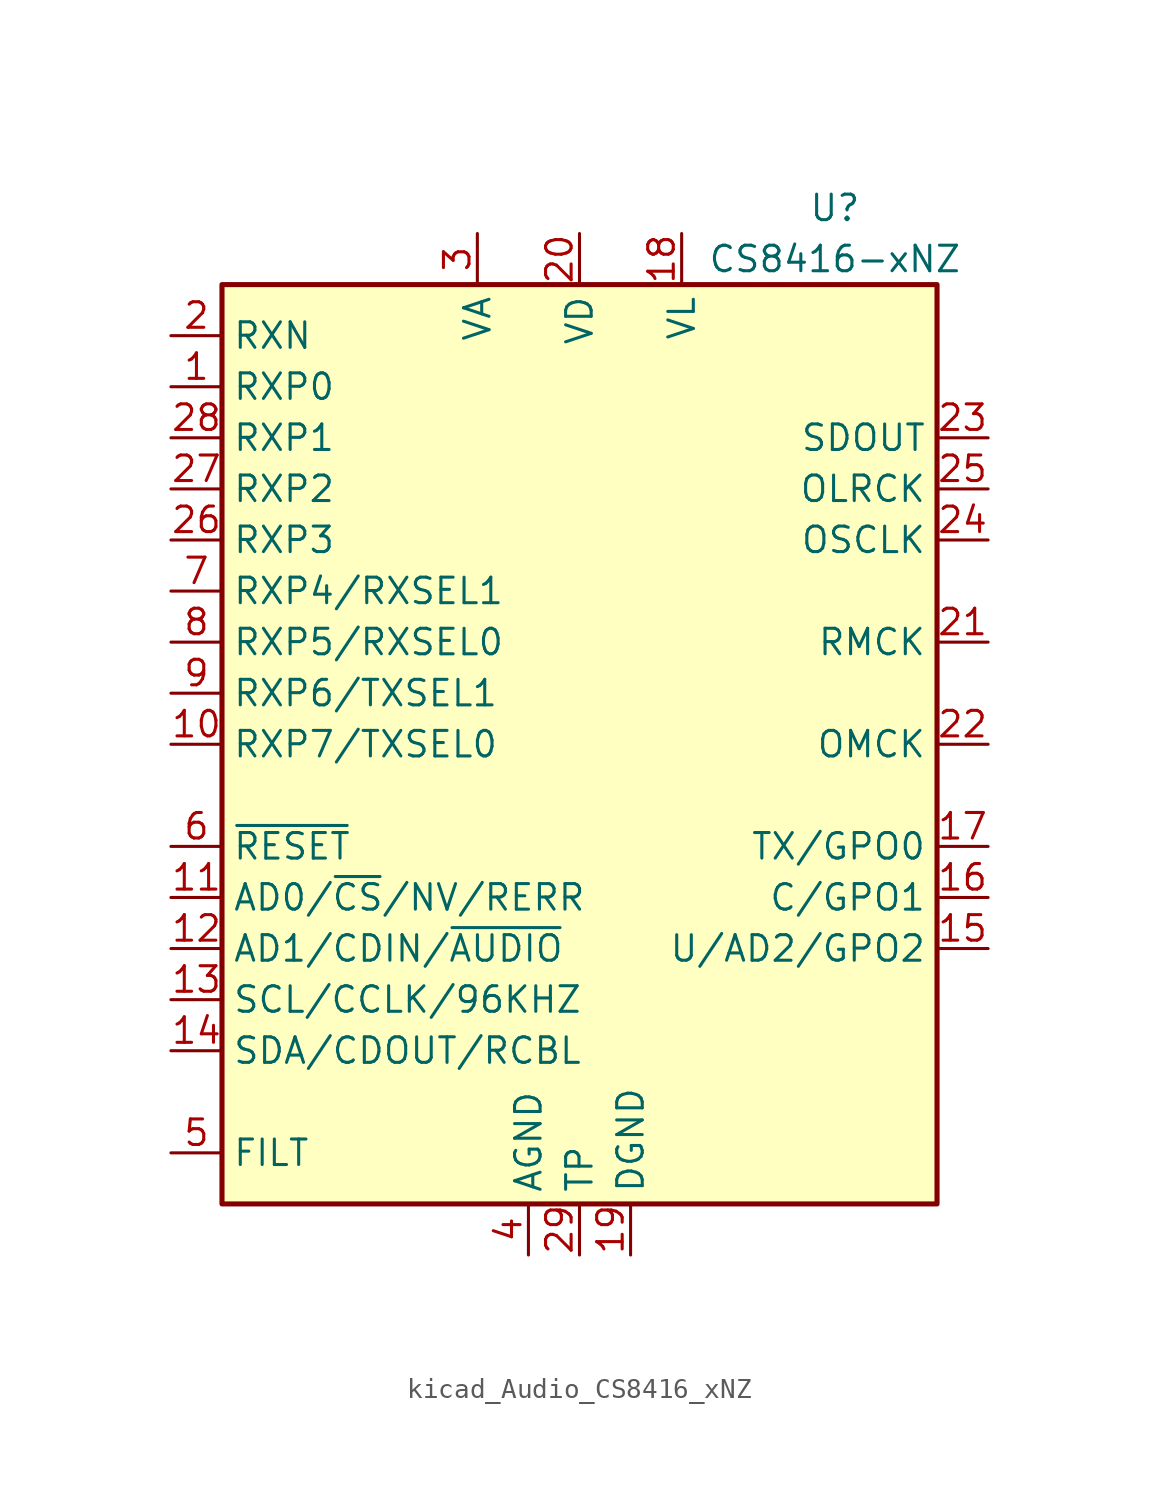
<source format=kicad_sym>
(kicad_symbol_lib
  (version 20220914)
  (generator kicad_symbol_editor)
  (symbol "kicad_Audio_CS8416_xNZ"
    (property "Reference" "U"
      (at 12.7 26.67 0)
      (effects (font (size 1.27 1.27))))
    (property "Value" "CS8416-xNZ"
      (at 12.7 24.13 0)
      (effects (font (size 1.27 1.27))))
    (symbol "kicad_Audio_CS8416_xNZ_0_1"
      (rectangle (start -17.78 22.86) (end 17.78 -22.86) (stroke (width 0.254) (type default)) (fill (type background))))
    (symbol "kicad_Audio_CS8416_xNZ_1_1"
      (pin input line (at -20.32 17.78 0) (length 2.54) (name "RXP0" (effects (font (size 1.27 1.27)))) (number "1" (effects (font (size 1.27 1.27)))))
      (pin input line (at -20.32 0 0) (length 2.54) (name "RXP7/TXSEL0" (effects (font (size 1.27 1.27)))) (number "10" (effects (font (size 1.27 1.27)))))
      (pin input line (at -20.32 -7.62 0) (length 2.54) (name "AD0/~{CS}/NV/RERR" (effects (font (size 1.27 1.27)))) (number "11" (effects (font (size 1.27 1.27)))))
      (pin input line (at -20.32 -10.16 0) (length 2.54) (name "AD1/CDIN/~{AUDIO}" (effects (font (size 1.27 1.27)))) (number "12" (effects (font (size 1.27 1.27)))))
      (pin input line (at -20.32 -12.7 0) (length 2.54) (name "SCL/CCLK/96KHZ" (effects (font (size 1.27 1.27)))) (number "13" (effects (font (size 1.27 1.27)))))
      (pin bidirectional line (at -20.32 -15.24 0) (length 2.54) (name "SDA/CDOUT/RCBL" (effects (font (size 1.27 1.27)))) (number "14" (effects (font (size 1.27 1.27)))))
      (pin output line (at 20.32 -10.16 180) (length 2.54) (name "U/AD2/GPO2" (effects (font (size 1.27 1.27)))) (number "15" (effects (font (size 1.27 1.27)))))
      (pin output line (at 20.32 -7.62 180) (length 2.54) (name "C/GPO1" (effects (font (size 1.27 1.27)))) (number "16" (effects (font (size 1.27 1.27)))))
      (pin output line (at 20.32 -5.08 180) (length 2.54) (name "TX/GPO0" (effects (font (size 1.27 1.27)))) (number "17" (effects (font (size 1.27 1.27)))))
      (pin power_in line (at 5.08 25.4 270) (length 2.54) (name "VL" (effects (font (size 1.27 1.27)))) (number "18" (effects (font (size 1.27 1.27)))))
      (pin power_in line (at 2.54 -25.4 90) (length 2.54) (name "DGND" (effects (font (size 1.27 1.27)))) (number "19" (effects (font (size 1.27 1.27)))))
      (pin input line (at -20.32 20.32 0) (length 2.54) (name "RXN" (effects (font (size 1.27 1.27)))) (number "2" (effects (font (size 1.27 1.27)))))
      (pin power_in line (at 0 25.4 270) (length 2.54) (name "VD" (effects (font (size 1.27 1.27)))) (number "20" (effects (font (size 1.27 1.27)))))
      (pin output line (at 20.32 5.08 180) (length 2.54) (name "RMCK" (effects (font (size 1.27 1.27)))) (number "21" (effects (font (size 1.27 1.27)))))
      (pin input line (at 20.32 0 180) (length 2.54) (name "OMCK" (effects (font (size 1.27 1.27)))) (number "22" (effects (font (size 1.27 1.27)))))
      (pin output line (at 20.32 15.24 180) (length 2.54) (name "SDOUT" (effects (font (size 1.27 1.27)))) (number "23" (effects (font (size 1.27 1.27)))))
      (pin bidirectional line (at 20.32 10.16 180) (length 2.54) (name "OSCLK" (effects (font (size 1.27 1.27)))) (number "24" (effects (font (size 1.27 1.27)))))
      (pin bidirectional line (at 20.32 12.7 180) (length 2.54) (name "OLRCK" (effects (font (size 1.27 1.27)))) (number "25" (effects (font (size 1.27 1.27)))))
      (pin input line (at -20.32 10.16 0) (length 2.54) (name "RXP3" (effects (font (size 1.27 1.27)))) (number "26" (effects (font (size 1.27 1.27)))))
      (pin input line (at -20.32 12.7 0) (length 2.54) (name "RXP2" (effects (font (size 1.27 1.27)))) (number "27" (effects (font (size 1.27 1.27)))))
      (pin input line (at -20.32 15.24 0) (length 2.54) (name "RXP1" (effects (font (size 1.27 1.27)))) (number "28" (effects (font (size 1.27 1.27)))))
      (pin power_in line (at 0 -25.4 90) (length 2.54) (name "TP" (effects (font (size 1.27 1.27)))) (number "29" (effects (font (size 1.27 1.27)))))
      (pin power_in line (at -5.08 25.4 270) (length 2.54) (name "VA" (effects (font (size 1.27 1.27)))) (number "3" (effects (font (size 1.27 1.27)))))
      (pin power_in line (at -2.54 -25.4 90) (length 2.54) (name "AGND" (effects (font (size 1.27 1.27)))) (number "4" (effects (font (size 1.27 1.27)))))
      (pin passive line (at -20.32 -20.32 0) (length 2.54) (name "FILT" (effects (font (size 1.27 1.27)))) (number "5" (effects (font (size 1.27 1.27)))))
      (pin input line (at -20.32 -5.08 0) (length 2.54) (name "~{RESET}" (effects (font (size 1.27 1.27)))) (number "6" (effects (font (size 1.27 1.27)))))
      (pin input line (at -20.32 7.62 0) (length 2.54) (name "RXP4/RXSEL1" (effects (font (size 1.27 1.27)))) (number "7" (effects (font (size 1.27 1.27)))))
      (pin input line (at -20.32 5.08 0) (length 2.54) (name "RXP5/RXSEL0" (effects (font (size 1.27 1.27)))) (number "8" (effects (font (size 1.27 1.27)))))
      (pin input line (at -20.32 2.54 0) (length 2.54) (name "RXP6/TXSEL1" (effects (font (size 1.27 1.27)))) (number "9" (effects (font (size 1.27 1.27))))))))
</source>
